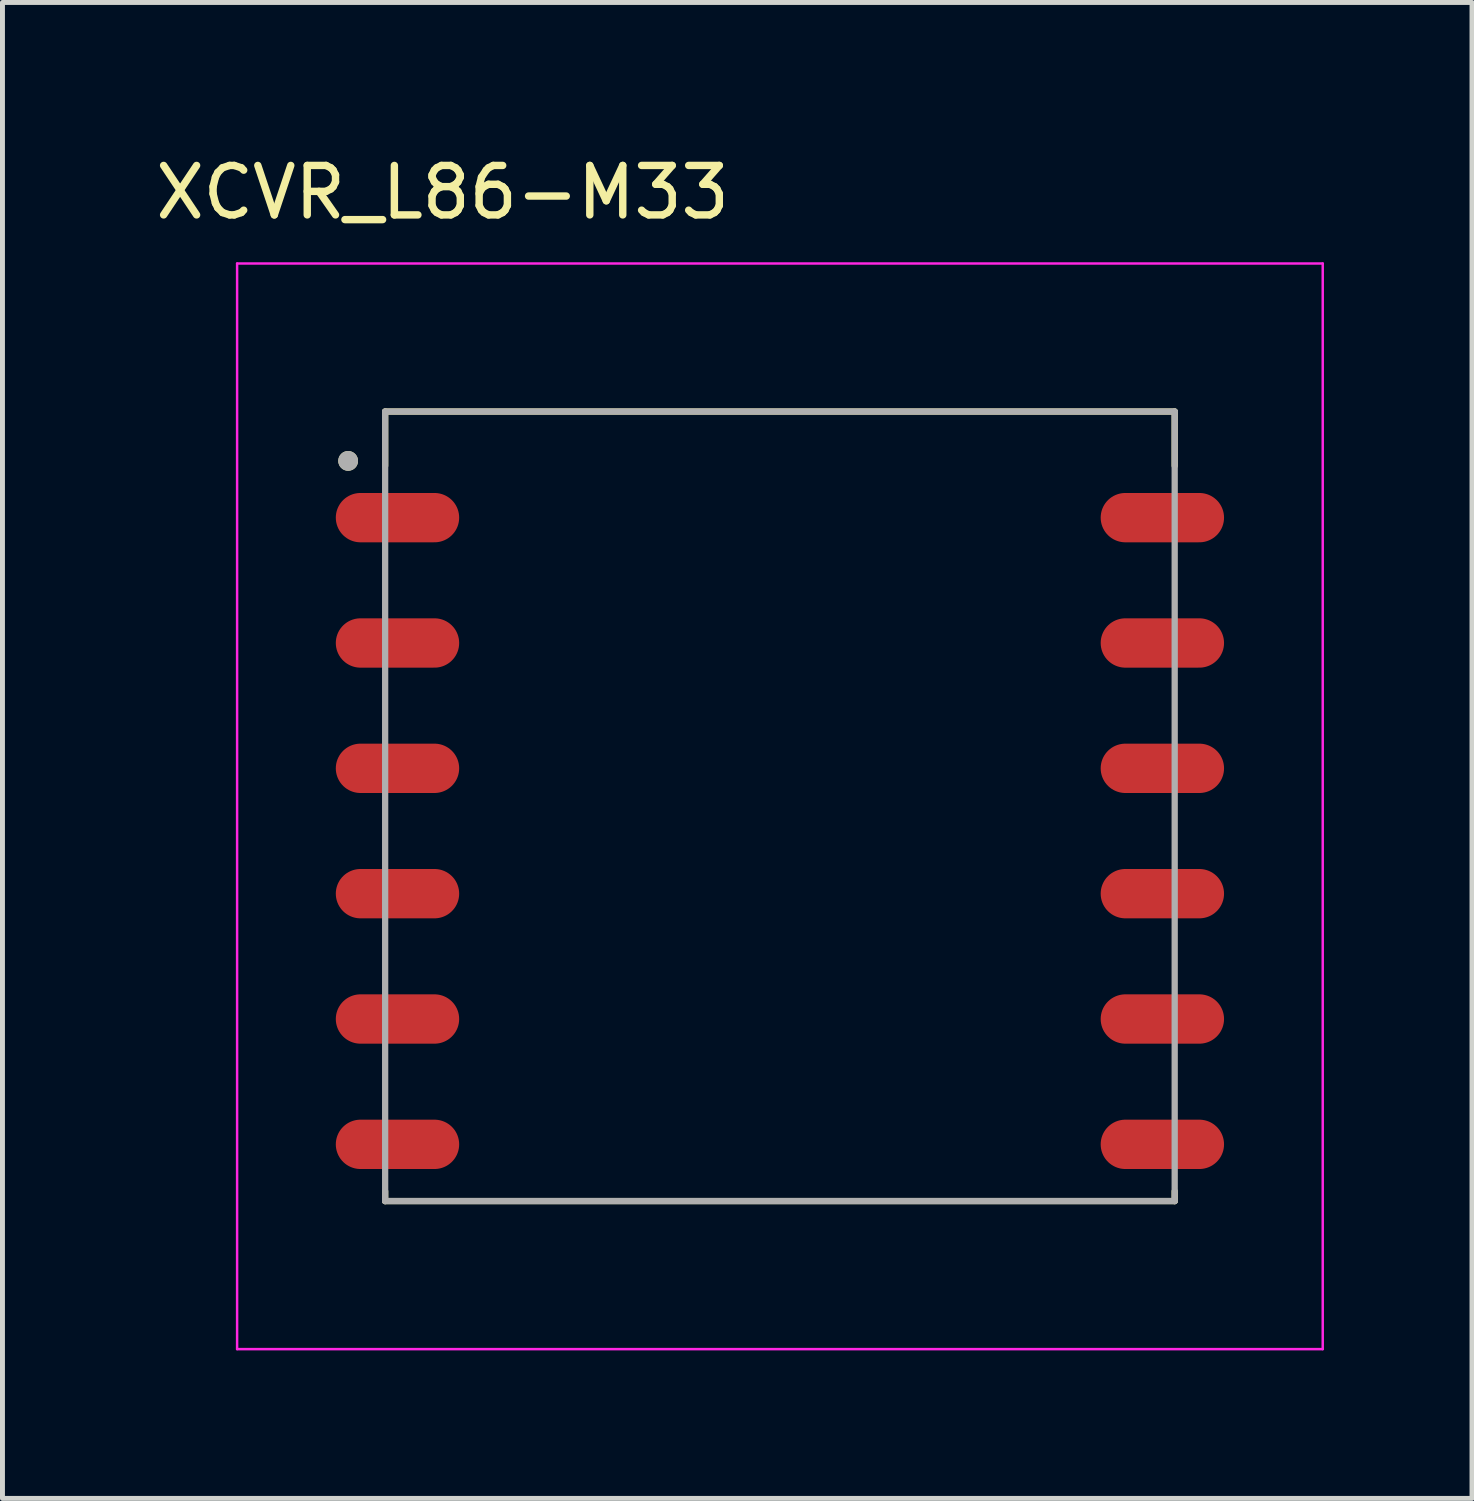
<source format=kicad_pcb>
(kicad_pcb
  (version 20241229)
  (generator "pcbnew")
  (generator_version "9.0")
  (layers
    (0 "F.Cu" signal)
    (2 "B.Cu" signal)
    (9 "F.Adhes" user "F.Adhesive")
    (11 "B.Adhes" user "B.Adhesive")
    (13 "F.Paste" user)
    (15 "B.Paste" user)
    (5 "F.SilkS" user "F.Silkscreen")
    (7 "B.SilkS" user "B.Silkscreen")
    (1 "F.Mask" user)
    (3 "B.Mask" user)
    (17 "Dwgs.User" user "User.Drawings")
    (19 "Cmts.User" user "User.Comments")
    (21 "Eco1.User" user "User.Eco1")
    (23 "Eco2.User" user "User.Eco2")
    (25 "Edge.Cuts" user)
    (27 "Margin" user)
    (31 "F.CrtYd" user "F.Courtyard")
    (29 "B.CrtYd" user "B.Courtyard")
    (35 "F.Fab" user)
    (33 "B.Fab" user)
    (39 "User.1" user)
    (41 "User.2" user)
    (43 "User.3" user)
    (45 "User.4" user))
  (footprint "XCVR_L86-M33"
    (layer "F.Cu")
    (at 12.755 13.79)
    (property "Reference" "XCVR_L86-M33" (at -6.835 -12.941 0) (layer "F.SilkS") (effects (font (size 1.002 1.002) (thickness 0.15))))
    (attr through_hole)
    (fp_line (start -8 -8.5) (end 8 -8.5) (stroke (width 0.127) (type solid)) (layer "F.SilkS"))
    (fp_line (start -8 -7.4) (end -8 -8.5) (stroke (width 0.127) (type solid)) (layer "F.SilkS"))
    (fp_line (start -8 7.3) (end -8 7.5) (stroke (width 0.127) (type solid)) (layer "F.SilkS"))
    (fp_line (start -8 7.5) (end 8 7.5) (stroke (width 0.127) (type solid)) (layer "F.SilkS"))
    (fp_line (start 8 -8.5) (end 8 -7.4) (stroke (width 0.127) (type solid)) (layer "F.SilkS"))
    (fp_line (start 8 7.5) (end 8 7.3) (stroke (width 0.127) (type solid)) (layer "F.SilkS"))
    (fp_circle (center -8.75 -7.5) (end -8.65 -7.5) (stroke (width 0.2) (type solid)) (fill no) (layer "F.SilkS"))
    (fp_poly (pts (xy 7.1 -6.85) (xy 8.9 -6.85) (xy 8.952 -6.847) (xy 9.004 -6.839) (xy 9.055 -6.826) (xy 9.103 -6.807) (xy 9.15 -6.783) (xy 9.194 -6.755) (xy 9.235 -6.722) (xy 9.272 -6.685) (xy 9.305 -6.644) (xy 9.333 -6.6) (xy 9.357 -6.553) (xy 9.376 -6.505) (xy 9.389 -6.454) (xy 9.397 -6.402) (xy 9.4 -6.35) (xy 9.397 -6.298) (xy 9.389 -6.246) (xy 9.376 -6.195) (xy 9.357 -6.147) (xy 9.333 -6.1) (xy 9.305 -6.056) (xy 9.272 -6.015) (xy 9.235 -5.978) (xy 9.194 -5.945) (xy 9.15 -5.917) (xy 9.103 -5.893) (xy 9.055 -5.874) (xy 9.004 -5.861) (xy 8.952 -5.853) (xy 8.9 -5.85) (xy 7.1 -5.85) (xy 7.048 -5.853) (xy 6.996 -5.861) (xy 6.945 -5.874) (xy 6.897 -5.893) (xy 6.85 -5.917) (xy 6.806 -5.945) (xy 6.765 -5.978) (xy 6.728 -6.015) (xy 6.695 -6.056) (xy 6.667 -6.1) (xy 6.643 -6.147) (xy 6.624 -6.195) (xy 6.611 -6.246) (xy 6.603 -6.298) (xy 6.6 -6.35) (xy 6.603 -6.402) (xy 6.611 -6.454) (xy 6.624 -6.505) (xy 6.643 -6.553) (xy 6.667 -6.6) (xy 6.695 -6.644) (xy 6.728 -6.685) (xy 6.765 -6.722) (xy 6.806 -6.755) (xy 6.85 -6.783) (xy 6.897 -6.807) (xy 6.945 -6.826) (xy 6.996 -6.839) (xy 7.048 -6.847) (xy 7.1 -6.85)) (stroke (width 0.01) (type solid)) (fill yes) (layer "F.Paste"))
    (fp_poly (pts (xy 7.1 -4.31) (xy 8.9 -4.31) (xy 8.952 -4.307) (xy 9.004 -4.299) (xy 9.055 -4.286) (xy 9.103 -4.267) (xy 9.15 -4.243) (xy 9.194 -4.215) (xy 9.235 -4.182) (xy 9.272 -4.145) (xy 9.305 -4.104) (xy 9.333 -4.06) (xy 9.357 -4.013) (xy 9.376 -3.965) (xy 9.389 -3.914) (xy 9.397 -3.862) (xy 9.4 -3.81) (xy 9.397 -3.758) (xy 9.389 -3.706) (xy 9.376 -3.655) (xy 9.357 -3.607) (xy 9.333 -3.56) (xy 9.305 -3.516) (xy 9.272 -3.475) (xy 9.235 -3.438) (xy 9.194 -3.405) (xy 9.15 -3.377) (xy 9.103 -3.353) (xy 9.055 -3.334) (xy 9.004 -3.321) (xy 8.952 -3.313) (xy 8.9 -3.31) (xy 7.1 -3.31) (xy 7.048 -3.313) (xy 6.996 -3.321) (xy 6.945 -3.334) (xy 6.897 -3.353) (xy 6.85 -3.377) (xy 6.806 -3.405) (xy 6.765 -3.438) (xy 6.728 -3.475) (xy 6.695 -3.516) (xy 6.667 -3.56) (xy 6.643 -3.607) (xy 6.624 -3.655) (xy 6.611 -3.706) (xy 6.603 -3.758) (xy 6.6 -3.81) (xy 6.603 -3.862) (xy 6.611 -3.914) (xy 6.624 -3.965) (xy 6.643 -4.013) (xy 6.667 -4.06) (xy 6.695 -4.104) (xy 6.728 -4.145) (xy 6.765 -4.182) (xy 6.806 -4.215) (xy 6.85 -4.243) (xy 6.897 -4.267) (xy 6.945 -4.286) (xy 6.996 -4.299) (xy 7.048 -4.307) (xy 7.1 -4.31)) (stroke (width 0.01) (type solid)) (fill yes) (layer "F.Paste"))
    (fp_poly (pts (xy 7.1 -1.77) (xy 8.9 -1.77) (xy 8.952 -1.767) (xy 9.004 -1.759) (xy 9.055 -1.746) (xy 9.103 -1.727) (xy 9.15 -1.703) (xy 9.194 -1.675) (xy 9.235 -1.642) (xy 9.272 -1.605) (xy 9.305 -1.564) (xy 9.333 -1.52) (xy 9.357 -1.473) (xy 9.376 -1.425) (xy 9.389 -1.374) (xy 9.397 -1.322) (xy 9.4 -1.27) (xy 9.397 -1.218) (xy 9.389 -1.166) (xy 9.376 -1.115) (xy 9.357 -1.067) (xy 9.333 -1.02) (xy 9.305 -0.976) (xy 9.272 -0.935) (xy 9.235 -0.898) (xy 9.194 -0.865) (xy 9.15 -0.837) (xy 9.103 -0.813) (xy 9.055 -0.794) (xy 9.004 -0.781) (xy 8.952 -0.773) (xy 8.9 -0.77) (xy 7.1 -0.77) (xy 7.048 -0.773) (xy 6.996 -0.781) (xy 6.945 -0.794) (xy 6.897 -0.813) (xy 6.85 -0.837) (xy 6.806 -0.865) (xy 6.765 -0.898) (xy 6.728 -0.935) (xy 6.695 -0.976) (xy 6.667 -1.02) (xy 6.643 -1.067) (xy 6.624 -1.115) (xy 6.611 -1.166) (xy 6.603 -1.218) (xy 6.6 -1.27) (xy 6.603 -1.322) (xy 6.611 -1.374) (xy 6.624 -1.425) (xy 6.643 -1.473) (xy 6.667 -1.52) (xy 6.695 -1.564) (xy 6.728 -1.605) (xy 6.765 -1.642) (xy 6.806 -1.675) (xy 6.85 -1.703) (xy 6.897 -1.727) (xy 6.945 -1.746) (xy 6.996 -1.759) (xy 7.048 -1.767) (xy 7.1 -1.77)) (stroke (width 0.01) (type solid)) (fill yes) (layer "F.Paste"))
    (fp_poly (pts (xy 7.1 0.77) (xy 8.9 0.77) (xy 8.952 0.773) (xy 9.004 0.781) (xy 9.055 0.794) (xy 9.103 0.813) (xy 9.15 0.837) (xy 9.194 0.865) (xy 9.235 0.898) (xy 9.272 0.935) (xy 9.305 0.976) (xy 9.333 1.02) (xy 9.357 1.067) (xy 9.376 1.115) (xy 9.389 1.166) (xy 9.397 1.218) (xy 9.4 1.27) (xy 9.397 1.322) (xy 9.389 1.374) (xy 9.376 1.425) (xy 9.357 1.473) (xy 9.333 1.52) (xy 9.305 1.564) (xy 9.272 1.605) (xy 9.235 1.642) (xy 9.194 1.675) (xy 9.15 1.703) (xy 9.103 1.727) (xy 9.055 1.746) (xy 9.004 1.759) (xy 8.952 1.767) (xy 8.9 1.77) (xy 7.1 1.77) (xy 7.048 1.767) (xy 6.996 1.759) (xy 6.945 1.746) (xy 6.897 1.727) (xy 6.85 1.703) (xy 6.806 1.675) (xy 6.765 1.642) (xy 6.728 1.605) (xy 6.695 1.564) (xy 6.667 1.52) (xy 6.643 1.473) (xy 6.624 1.425) (xy 6.611 1.374) (xy 6.603 1.322) (xy 6.6 1.27) (xy 6.603 1.218) (xy 6.611 1.166) (xy 6.624 1.115) (xy 6.643 1.067) (xy 6.667 1.02) (xy 6.695 0.976) (xy 6.728 0.935) (xy 6.765 0.898) (xy 6.806 0.865) (xy 6.85 0.837) (xy 6.897 0.813) (xy 6.945 0.794) (xy 6.996 0.781) (xy 7.048 0.773) (xy 7.1 0.77)) (stroke (width 0.01) (type solid)) (fill yes) (layer "F.Paste"))
    (fp_poly (pts (xy 7.1 3.31) (xy 8.9 3.31) (xy 8.952 3.313) (xy 9.004 3.321) (xy 9.055 3.334) (xy 9.103 3.353) (xy 9.15 3.377) (xy 9.194 3.405) (xy 9.235 3.438) (xy 9.272 3.475) (xy 9.305 3.516) (xy 9.333 3.56) (xy 9.357 3.607) (xy 9.376 3.655) (xy 9.389 3.706) (xy 9.397 3.758) (xy 9.4 3.81) (xy 9.397 3.862) (xy 9.389 3.914) (xy 9.376 3.965) (xy 9.357 4.013) (xy 9.333 4.06) (xy 9.305 4.104) (xy 9.272 4.145) (xy 9.235 4.182) (xy 9.194 4.215) (xy 9.15 4.243) (xy 9.103 4.267) (xy 9.055 4.286) (xy 9.004 4.299) (xy 8.952 4.307) (xy 8.9 4.31) (xy 7.1 4.31) (xy 7.048 4.307) (xy 6.996 4.299) (xy 6.945 4.286) (xy 6.897 4.267) (xy 6.85 4.243) (xy 6.806 4.215) (xy 6.765 4.182) (xy 6.728 4.145) (xy 6.695 4.104) (xy 6.667 4.06) (xy 6.643 4.013) (xy 6.624 3.965) (xy 6.611 3.914) (xy 6.603 3.862) (xy 6.6 3.81) (xy 6.603 3.758) (xy 6.611 3.706) (xy 6.624 3.655) (xy 6.643 3.607) (xy 6.667 3.56) (xy 6.695 3.516) (xy 6.728 3.475) (xy 6.765 3.438) (xy 6.806 3.405) (xy 6.85 3.377) (xy 6.897 3.353) (xy 6.945 3.334) (xy 6.996 3.321) (xy 7.048 3.313) (xy 7.1 3.31)) (stroke (width 0.01) (type solid)) (fill yes) (layer "F.Paste"))
    (fp_poly (pts (xy 7.1 5.85) (xy 8.9 5.85) (xy 8.952 5.853) (xy 9.004 5.861) (xy 9.055 5.874) (xy 9.103 5.893) (xy 9.15 5.917) (xy 9.194 5.945) (xy 9.235 5.978) (xy 9.272 6.015) (xy 9.305 6.056) (xy 9.333 6.1) (xy 9.357 6.147) (xy 9.376 6.195) (xy 9.389 6.246) (xy 9.397 6.298) (xy 9.4 6.35) (xy 9.397 6.402) (xy 9.389 6.454) (xy 9.376 6.505) (xy 9.357 6.553) (xy 9.333 6.6) (xy 9.305 6.644) (xy 9.272 6.685) (xy 9.235 6.722) (xy 9.194 6.755) (xy 9.15 6.783) (xy 9.103 6.807) (xy 9.055 6.826) (xy 9.004 6.839) (xy 8.952 6.847) (xy 8.9 6.85) (xy 7.1 6.85) (xy 7.048 6.847) (xy 6.996 6.839) (xy 6.945 6.826) (xy 6.897 6.807) (xy 6.85 6.783) (xy 6.806 6.755) (xy 6.765 6.722) (xy 6.728 6.685) (xy 6.695 6.644) (xy 6.667 6.6) (xy 6.643 6.553) (xy 6.624 6.505) (xy 6.611 6.454) (xy 6.603 6.402) (xy 6.6 6.35) (xy 6.603 6.298) (xy 6.611 6.246) (xy 6.624 6.195) (xy 6.643 6.147) (xy 6.667 6.1) (xy 6.695 6.056) (xy 6.728 6.015) (xy 6.765 5.978) (xy 6.806 5.945) (xy 6.85 5.917) (xy 6.897 5.893) (xy 6.945 5.874) (xy 6.996 5.861) (xy 7.048 5.853) (xy 7.1 5.85)) (stroke (width 0.01) (type solid)) (fill yes) (layer "F.Paste"))
    (fp_poly (pts (xy -8 -6.85) (xy -7.2 -6.85) (xy -7.1 -6.85) (xy -7.048 -6.847) (xy -6.996 -6.839) (xy -6.945 -6.826) (xy -6.897 -6.807) (xy -6.85 -6.783) (xy -6.806 -6.755) (xy -6.765 -6.722) (xy -6.728 -6.685) (xy -6.695 -6.644) (xy -6.667 -6.6) (xy -6.643 -6.553) (xy -6.624 -6.505) (xy -6.611 -6.454) (xy -6.603 -6.402) (xy -6.6 -6.35) (xy -6.603 -6.298) (xy -6.611 -6.246) (xy -6.624 -6.195) (xy -6.643 -6.147) (xy -6.667 -6.1) (xy -6.695 -6.056) (xy -6.728 -6.015) (xy -6.765 -5.978) (xy -6.806 -5.945) (xy -6.85 -5.917) (xy -6.897 -5.893) (xy -6.945 -5.874) (xy -6.996 -5.861) (xy -7.048 -5.853) (xy -7.1 -5.85) (xy -8.9 -5.85) (xy -8.952 -5.853) (xy -9.004 -5.861) (xy -9.055 -5.874) (xy -9.103 -5.893) (xy -9.15 -5.917) (xy -9.194 -5.945) (xy -9.235 -5.978) (xy -9.272 -6.015) (xy -9.305 -6.056) (xy -9.333 -6.1) (xy -9.357 -6.147) (xy -9.376 -6.195) (xy -9.389 -6.246) (xy -9.397 -6.298) (xy -9.4 -6.35) (xy -9.397 -6.402) (xy -9.389 -6.454) (xy -9.376 -6.505) (xy -9.357 -6.553) (xy -9.333 -6.6) (xy -9.305 -6.644) (xy -9.272 -6.685) (xy -9.235 -6.722) (xy -9.194 -6.755) (xy -9.15 -6.783) (xy -9.103 -6.807) (xy -9.055 -6.826) (xy -9.004 -6.839) (xy -8.952 -6.847) (xy -8.9 -6.85) (xy -8 -6.85)) (stroke (width 0.01) (type solid)) (fill yes) (layer "F.Paste"))
    (fp_poly (pts (xy -8 -4.31) (xy -7.2 -4.31) (xy -7.1 -4.31) (xy -7.048 -4.307) (xy -6.996 -4.299) (xy -6.945 -4.286) (xy -6.897 -4.267) (xy -6.85 -4.243) (xy -6.806 -4.215) (xy -6.765 -4.182) (xy -6.728 -4.145) (xy -6.695 -4.104) (xy -6.667 -4.06) (xy -6.643 -4.013) (xy -6.624 -3.965) (xy -6.611 -3.914) (xy -6.603 -3.862) (xy -6.6 -3.81) (xy -6.603 -3.758) (xy -6.611 -3.706) (xy -6.624 -3.655) (xy -6.643 -3.607) (xy -6.667 -3.56) (xy -6.695 -3.516) (xy -6.728 -3.475) (xy -6.765 -3.438) (xy -6.806 -3.405) (xy -6.85 -3.377) (xy -6.897 -3.353) (xy -6.945 -3.334) (xy -6.996 -3.321) (xy -7.048 -3.313) (xy -7.1 -3.31) (xy -8.9 -3.31) (xy -8.952 -3.313) (xy -9.004 -3.321) (xy -9.055 -3.334) (xy -9.103 -3.353) (xy -9.15 -3.377) (xy -9.194 -3.405) (xy -9.235 -3.438) (xy -9.272 -3.475) (xy -9.305 -3.516) (xy -9.333 -3.56) (xy -9.357 -3.607) (xy -9.376 -3.655) (xy -9.389 -3.706) (xy -9.397 -3.758) (xy -9.4 -3.81) (xy -9.397 -3.862) (xy -9.389 -3.914) (xy -9.376 -3.965) (xy -9.357 -4.013) (xy -9.333 -4.06) (xy -9.305 -4.104) (xy -9.272 -4.145) (xy -9.235 -4.182) (xy -9.194 -4.215) (xy -9.15 -4.243) (xy -9.103 -4.267) (xy -9.055 -4.286) (xy -9.004 -4.299) (xy -8.952 -4.307) (xy -8.9 -4.31) (xy -8 -4.31)) (stroke (width 0.01) (type solid)) (fill yes) (layer "F.Paste"))
    (fp_poly (pts (xy -8 -1.77) (xy -7.2 -1.77) (xy -7.1 -1.77) (xy -7.048 -1.767) (xy -6.996 -1.759) (xy -6.945 -1.746) (xy -6.897 -1.727) (xy -6.85 -1.703) (xy -6.806 -1.675) (xy -6.765 -1.642) (xy -6.728 -1.605) (xy -6.695 -1.564) (xy -6.667 -1.52) (xy -6.643 -1.473) (xy -6.624 -1.425) (xy -6.611 -1.374) (xy -6.603 -1.322) (xy -6.6 -1.27) (xy -6.603 -1.218) (xy -6.611 -1.166) (xy -6.624 -1.115) (xy -6.643 -1.067) (xy -6.667 -1.02) (xy -6.695 -0.976) (xy -6.728 -0.935) (xy -6.765 -0.898) (xy -6.806 -0.865) (xy -6.85 -0.837) (xy -6.897 -0.813) (xy -6.945 -0.794) (xy -6.996 -0.781) (xy -7.048 -0.773) (xy -7.1 -0.77) (xy -8.9 -0.77) (xy -8.952 -0.773) (xy -9.004 -0.781) (xy -9.055 -0.794) (xy -9.103 -0.813) (xy -9.15 -0.837) (xy -9.194 -0.865) (xy -9.235 -0.898) (xy -9.272 -0.935) (xy -9.305 -0.976) (xy -9.333 -1.02) (xy -9.357 -1.067) (xy -9.376 -1.115) (xy -9.389 -1.166) (xy -9.397 -1.218) (xy -9.4 -1.27) (xy -9.397 -1.322) (xy -9.389 -1.374) (xy -9.376 -1.425) (xy -9.357 -1.473) (xy -9.333 -1.52) (xy -9.305 -1.564) (xy -9.272 -1.605) (xy -9.235 -1.642) (xy -9.194 -1.675) (xy -9.15 -1.703) (xy -9.103 -1.727) (xy -9.055 -1.746) (xy -9.004 -1.759) (xy -8.952 -1.767) (xy -8.9 -1.77) (xy -8 -1.77)) (stroke (width 0.01) (type solid)) (fill yes) (layer "F.Paste"))
    (fp_poly (pts (xy -8 0.77) (xy -7.2 0.77) (xy -7.1 0.77) (xy -7.048 0.773) (xy -6.996 0.781) (xy -6.945 0.794) (xy -6.897 0.813) (xy -6.85 0.837) (xy -6.806 0.865) (xy -6.765 0.898) (xy -6.728 0.935) (xy -6.695 0.976) (xy -6.667 1.02) (xy -6.643 1.067) (xy -6.624 1.115) (xy -6.611 1.166) (xy -6.603 1.218) (xy -6.6 1.27) (xy -6.603 1.322) (xy -6.611 1.374) (xy -6.624 1.425) (xy -6.643 1.473) (xy -6.667 1.52) (xy -6.695 1.564) (xy -6.728 1.605) (xy -6.765 1.642) (xy -6.806 1.675) (xy -6.85 1.703) (xy -6.897 1.727) (xy -6.945 1.746) (xy -6.996 1.759) (xy -7.048 1.767) (xy -7.1 1.77) (xy -8.9 1.77) (xy -8.952 1.767) (xy -9.004 1.759) (xy -9.055 1.746) (xy -9.103 1.727) (xy -9.15 1.703) (xy -9.194 1.675) (xy -9.235 1.642) (xy -9.272 1.605) (xy -9.305 1.564) (xy -9.333 1.52) (xy -9.357 1.473) (xy -9.376 1.425) (xy -9.389 1.374) (xy -9.397 1.322) (xy -9.4 1.27) (xy -9.397 1.218) (xy -9.389 1.166) (xy -9.376 1.115) (xy -9.357 1.067) (xy -9.333 1.02) (xy -9.305 0.976) (xy -9.272 0.935) (xy -9.235 0.898) (xy -9.194 0.865) (xy -9.15 0.837) (xy -9.103 0.813) (xy -9.055 0.794) (xy -9.004 0.781) (xy -8.952 0.773) (xy -8.9 0.77) (xy -8 0.77)) (stroke (width 0.01) (type solid)) (fill yes) (layer "F.Paste"))
    (fp_poly (pts (xy -8 3.31) (xy -7.2 3.31) (xy -7.1 3.31) (xy -7.048 3.313) (xy -6.996 3.321) (xy -6.945 3.334) (xy -6.897 3.353) (xy -6.85 3.377) (xy -6.806 3.405) (xy -6.765 3.438) (xy -6.728 3.475) (xy -6.695 3.516) (xy -6.667 3.56) (xy -6.643 3.607) (xy -6.624 3.655) (xy -6.611 3.706) (xy -6.603 3.758) (xy -6.6 3.81) (xy -6.603 3.862) (xy -6.611 3.914) (xy -6.624 3.965) (xy -6.643 4.013) (xy -6.667 4.06) (xy -6.695 4.104) (xy -6.728 4.145) (xy -6.765 4.182) (xy -6.806 4.215) (xy -6.85 4.243) (xy -6.897 4.267) (xy -6.945 4.286) (xy -6.996 4.299) (xy -7.048 4.307) (xy -7.1 4.31) (xy -8.9 4.31) (xy -8.952 4.307) (xy -9.004 4.299) (xy -9.055 4.286) (xy -9.103 4.267) (xy -9.15 4.243) (xy -9.194 4.215) (xy -9.235 4.182) (xy -9.272 4.145) (xy -9.305 4.104) (xy -9.333 4.06) (xy -9.357 4.013) (xy -9.376 3.965) (xy -9.389 3.914) (xy -9.397 3.862) (xy -9.4 3.81) (xy -9.397 3.758) (xy -9.389 3.706) (xy -9.376 3.655) (xy -9.357 3.607) (xy -9.333 3.56) (xy -9.305 3.516) (xy -9.272 3.475) (xy -9.235 3.438) (xy -9.194 3.405) (xy -9.15 3.377) (xy -9.103 3.353) (xy -9.055 3.334) (xy -9.004 3.321) (xy -8.952 3.313) (xy -8.9 3.31) (xy -8 3.31)) (stroke (width 0.01) (type solid)) (fill yes) (layer "F.Paste"))
    (fp_poly (pts (xy -8 5.85) (xy -7.2 5.85) (xy -7.1 5.85) (xy -7.048 5.853) (xy -6.996 5.861) (xy -6.945 5.874) (xy -6.897 5.893) (xy -6.85 5.917) (xy -6.806 5.945) (xy -6.765 5.978) (xy -6.728 6.015) (xy -6.695 6.056) (xy -6.667 6.1) (xy -6.643 6.147) (xy -6.624 6.195) (xy -6.611 6.246) (xy -6.603 6.298) (xy -6.6 6.35) (xy -6.603 6.402) (xy -6.611 6.454) (xy -6.624 6.505) (xy -6.643 6.553) (xy -6.667 6.6) (xy -6.695 6.644) (xy -6.728 6.685) (xy -6.765 6.722) (xy -6.806 6.755) (xy -6.85 6.783) (xy -6.897 6.807) (xy -6.945 6.826) (xy -6.996 6.839) (xy -7.048 6.847) (xy -7.1 6.85) (xy -8.9 6.85) (xy -8.952 6.847) (xy -9.004 6.839) (xy -9.055 6.826) (xy -9.103 6.807) (xy -9.15 6.783) (xy -9.194 6.755) (xy -9.235 6.722) (xy -9.272 6.685) (xy -9.305 6.644) (xy -9.333 6.6) (xy -9.357 6.553) (xy -9.376 6.505) (xy -9.389 6.454) (xy -9.397 6.402) (xy -9.4 6.35) (xy -9.397 6.298) (xy -9.389 6.246) (xy -9.376 6.195) (xy -9.357 6.147) (xy -9.333 6.1) (xy -9.305 6.056) (xy -9.272 6.015) (xy -9.235 5.978) (xy -9.194 5.945) (xy -9.15 5.917) (xy -9.103 5.893) (xy -9.055 5.874) (xy -9.004 5.861) (xy -8.952 5.853) (xy -8.9 5.85) (xy -8 5.85)) (stroke (width 0.01) (type solid)) (fill yes) (layer "F.Paste"))
    (fp_line (start -11 -11.5) (end 11 -11.5) (stroke (width 0.05) (type solid)) (layer "F.CrtYd"))
    (fp_line (start -11 10.5) (end -11 -11.5) (stroke (width 0.05) (type solid)) (layer "F.CrtYd"))
    (fp_line (start 11 -11.5) (end 11 10.5) (stroke (width 0.05) (type solid)) (layer "F.CrtYd"))
    (fp_line (start 11 10.5) (end -11 10.5) (stroke (width 0.05) (type solid)) (layer "F.CrtYd"))
    (fp_line (start -8 -8.5) (end -8 7.5) (stroke (width 0.127) (type solid)) (layer "F.Fab"))
    (fp_line (start -8 7.5) (end 8 7.5) (stroke (width 0.127) (type solid)) (layer "F.Fab"))
    (fp_line (start 8 -8.5) (end -8 -8.5) (stroke (width 0.127) (type solid)) (layer "F.Fab"))
    (fp_line (start 8 7.5) (end 8 -8.5) (stroke (width 0.127) (type solid)) (layer "F.Fab"))
    (fp_circle (center -8.75 -7.5) (end -8.65 -7.5) (stroke (width 0.2) (type solid)) (fill no) (layer "F.Fab"))
    (pad "1" smd oval (at -7.75 -6.35) (size 2.5 1) (layers "F.Cu" "F.Mask"))
    (pad "2" smd oval (at -7.75 -3.81) (size 2.5 1) (layers "F.Cu" "F.Mask"))
    (pad "3" smd oval (at -7.75 -1.27) (size 2.5 1) (layers "F.Cu" "F.Mask"))
    (pad "4" smd oval (at -7.75 1.27) (size 2.5 1) (layers "F.Cu" "F.Mask"))
    (pad "5" smd oval (at -7.75 3.81) (size 2.5 1) (layers "F.Cu" "F.Mask"))
    (pad "6" smd oval (at -7.75 6.35) (size 2.5 1) (layers "F.Cu" "F.Mask"))
    (pad "7" smd oval (at 7.75 6.35) (size 2.5 1) (layers "F.Cu" "F.Mask"))
    (pad "8" smd oval (at 7.75 3.81) (size 2.5 1) (layers "F.Cu" "F.Mask"))
    (pad "9" smd oval (at 7.75 1.27) (size 2.5 1) (layers "F.Cu" "F.Mask"))
    (pad "10" smd oval (at 7.75 -1.27) (size 2.5 1) (layers "F.Cu" "F.Mask"))
    (pad "11" smd oval (at 7.75 -3.81) (size 2.5 1) (layers "F.Cu" "F.Mask"))
    (pad "12" smd oval (at 7.75 -6.35) (size 2.5 1) (layers "F.Cu" "F.Mask")))
  (gr_rect
    (start -3 -3)
    (end 26.78 27.315)
    (stroke (width 0.1) (type default))
    (fill no)
    (layer "Edge.Cuts")))
</source>
